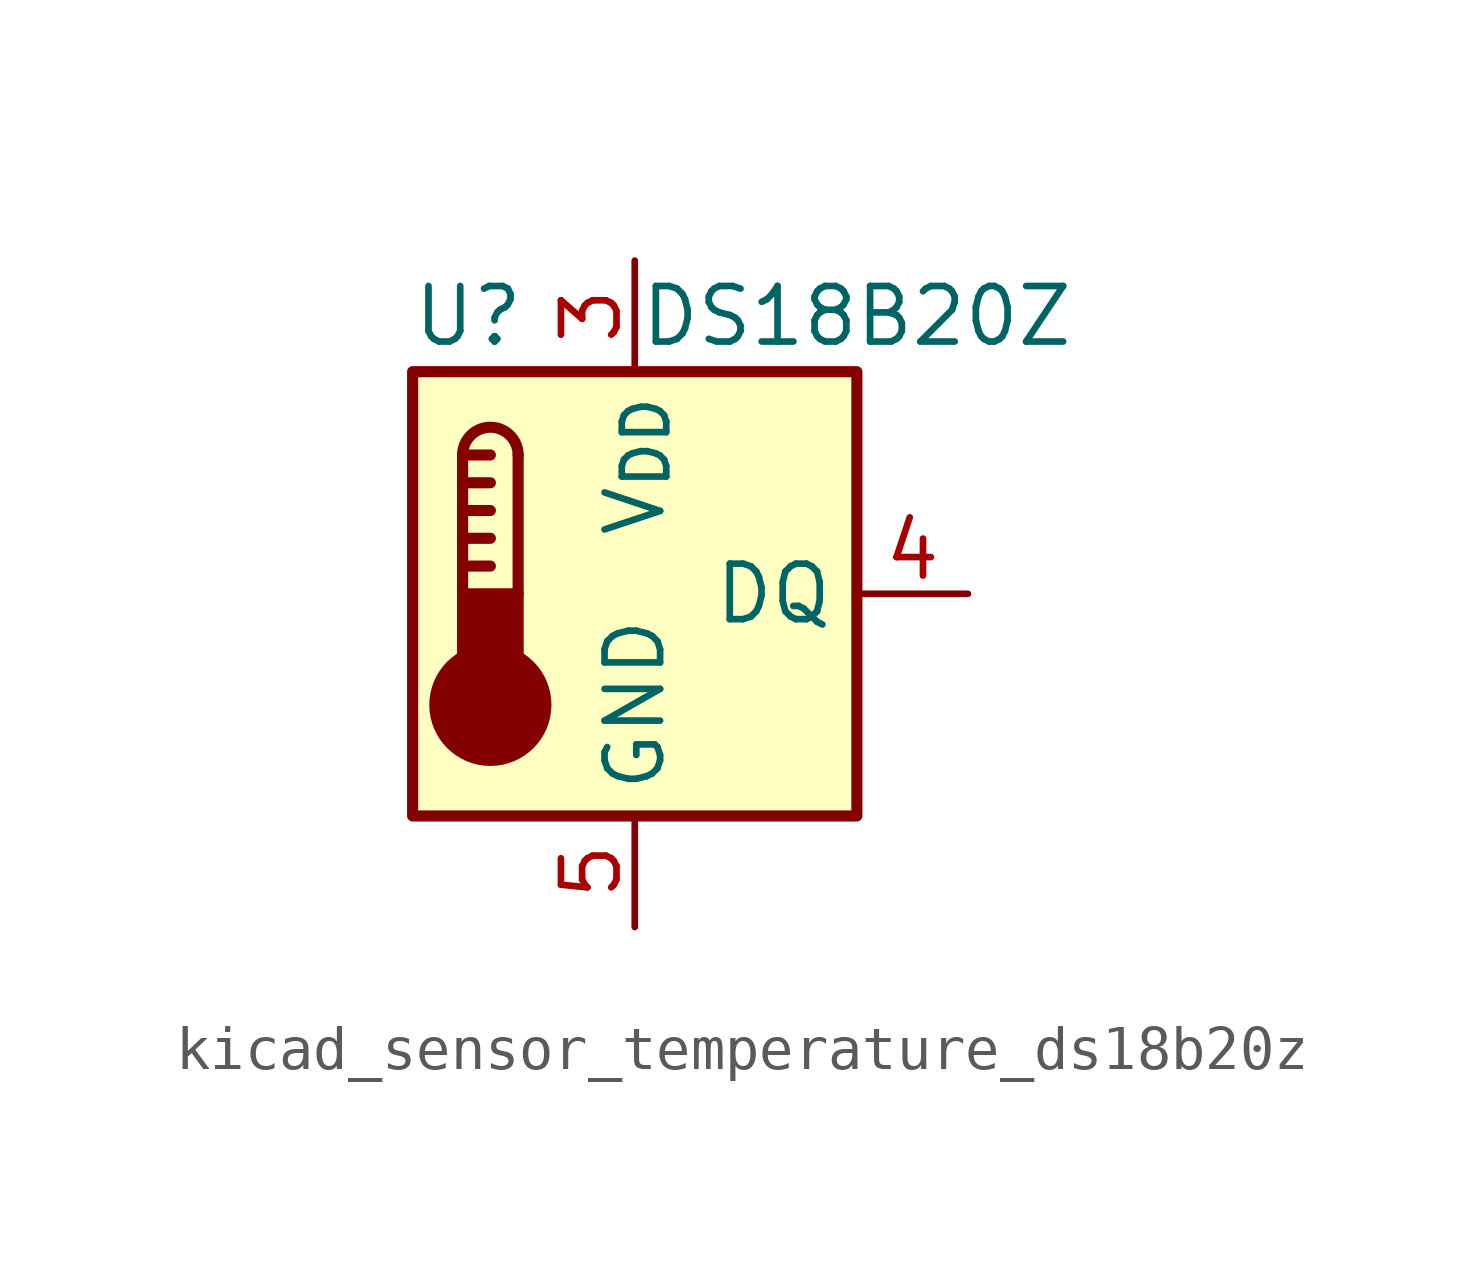
<source format=kicad_sym>
(kicad_symbol_lib
  (version 20220914)
  (generator kicad_symbol_editor)
  (symbol "kicad_sensor_temperature_ds18b20z"
    (property "Reference" "U"
      (at -3.81 6.35 0)
      (effects (font (size 1.27 1.27))))
    (property "Value" "DS18B20Z"
      (at 5.08 6.35 0)
      (effects (font (size 1.27 1.27))))
    (symbol "kicad_sensor_temperature_ds18b20z_0_1"
      (rectangle (start -5.08 5.08) (end 5.08 -5.08) (stroke (width 0.254) (type default)) (fill (type background)))
      (circle (center -3.302 -2.54) (radius 1.27) (stroke (width 0.254) (type default)) (fill (type outline)))
      (rectangle (start -2.667 -1.905) (end -3.937 0) (stroke (width 0.254) (type default)) (fill (type outline)))
      (arc (start -2.667 3.175) (mid -3.302 3.8073) (end -3.937 3.175) (stroke (width 0.254) (type default)) (fill (type none)))
      (polyline (pts (xy -3.937 0.635) (xy -3.302 0.635)) (stroke (width 0.254) (type default)) (fill (type none)))
      (polyline (pts (xy -3.937 1.27) (xy -3.302 1.27)) (stroke (width 0.254) (type default)) (fill (type none)))
      (polyline (pts (xy -3.937 1.905) (xy -3.302 1.905)) (stroke (width 0.254) (type default)) (fill (type none)))
      (polyline (pts (xy -3.937 2.54) (xy -3.302 2.54)) (stroke (width 0.254) (type default)) (fill (type none)))
      (polyline (pts (xy -3.937 3.175) (xy -3.937 0)) (stroke (width 0.254) (type default)) (fill (type none)))
      (polyline (pts (xy -3.937 3.175) (xy -3.302 3.175)) (stroke (width 0.254) (type default)) (fill (type none)))
      (polyline (pts (xy -2.667 3.175) (xy -2.667 0)) (stroke (width 0.254) (type default)) (fill (type none))))
    (symbol "kicad_sensor_temperature_ds18b20z_1_1"
      (pin no_connect line (at -5.08 2.54 0) (length 2.54) hide (name "NC" (effects (font (size 1.27 1.27)))) (number "1" (effects (font (size 1.27 1.27)))))
      (pin no_connect line (at -5.08 0 0) (length 2.54) hide (name "NC" (effects (font (size 1.27 1.27)))) (number "2" (effects (font (size 1.27 1.27)))))
      (pin power_in line (at 0 7.62 270) (length 2.54) (name "V_{DD}" (effects (font (size 1.27 1.27)))) (number "3" (effects (font (size 1.27 1.27)))))
      (pin bidirectional line (at 7.62 0 180) (length 2.54) (name "DQ" (effects (font (size 1.27 1.27)))) (number "4" (effects (font (size 1.27 1.27)))))
      (pin power_in line (at 0 -7.62 90) (length 2.54) (name "GND" (effects (font (size 1.27 1.27)))) (number "5" (effects (font (size 1.27 1.27)))))
      (pin no_connect line (at -5.08 -2.54 0) (length 2.54) hide (name "NC" (effects (font (size 1.27 1.27)))) (number "6" (effects (font (size 1.27 1.27)))))
      (pin no_connect line (at 5.08 2.54 180) (length 2.54) hide (name "NC" (effects (font (size 1.27 1.27)))) (number "7" (effects (font (size 1.27 1.27)))))
      (pin no_connect line (at 5.08 -2.54 180) (length 2.54) hide (name "NC" (effects (font (size 1.27 1.27)))) (number "8" (effects (font (size 1.27 1.27))))))))
</source>
